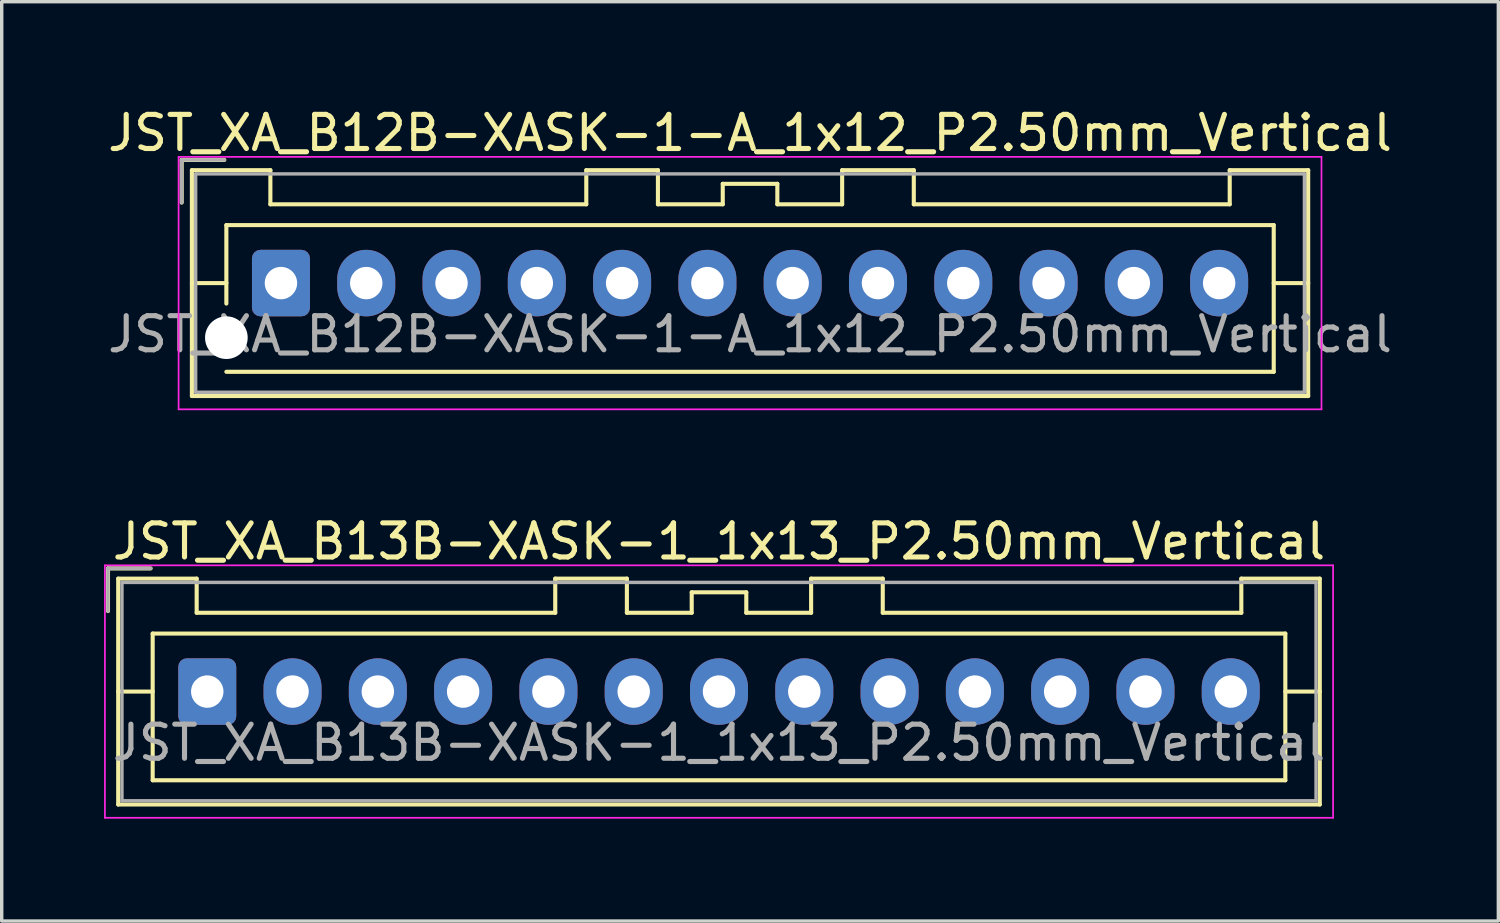
<source format=kicad_pcb>
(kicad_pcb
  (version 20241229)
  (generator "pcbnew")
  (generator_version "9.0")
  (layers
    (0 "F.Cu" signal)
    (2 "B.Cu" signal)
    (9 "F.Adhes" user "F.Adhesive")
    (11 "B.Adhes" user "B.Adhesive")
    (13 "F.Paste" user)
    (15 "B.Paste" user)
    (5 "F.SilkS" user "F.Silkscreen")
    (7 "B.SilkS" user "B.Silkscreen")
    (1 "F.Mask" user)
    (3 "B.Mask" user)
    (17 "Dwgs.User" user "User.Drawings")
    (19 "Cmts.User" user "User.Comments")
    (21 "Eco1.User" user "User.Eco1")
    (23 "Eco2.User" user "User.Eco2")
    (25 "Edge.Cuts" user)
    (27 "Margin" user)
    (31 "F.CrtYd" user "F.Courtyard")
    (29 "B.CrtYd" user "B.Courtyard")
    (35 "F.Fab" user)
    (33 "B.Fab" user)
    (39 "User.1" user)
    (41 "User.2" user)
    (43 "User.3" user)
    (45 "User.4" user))
  (footprint "JST_XA_B12B-XASK-1-A_1x12_P2.50mm_Vertical"
    (layer "F.Cu")
    (at 5.185 5.248)
    (property "Reference" "JST_XA_B12B-XASK-1-A_1x12_P2.50mm_Vertical" (at 13.75 -4.4 0) (layer "F.SilkS") (effects (font (size 1 1) (thickness 0.15))))
    (attr through_hole)
    (fp_line (start -2.91 -3.61) (end -2.91 -2.36) (stroke (width 0.12) (type solid)) (layer "F.SilkS"))
    (fp_line (start -2.61 -3.31) (end -2.61 3.31) (stroke (width 0.12) (type solid)) (layer "F.SilkS"))
    (fp_line (start -2.61 0) (end -1.6 0) (stroke (width 0.12) (type solid)) (layer "F.SilkS"))
    (fp_line (start -2.61 3.31) (end 30.11 3.31) (stroke (width 0.12) (type solid)) (layer "F.SilkS"))
    (fp_line (start -1.66 -3.61) (end -2.91 -3.61) (stroke (width 0.12) (type solid)) (layer "F.SilkS"))
    (fp_line (start -1.6 -1.7) (end 29.1 -1.7) (stroke (width 0.12) (type solid)) (layer "F.SilkS"))
    (fp_line (start -1.6 0.6) (end -1.6 -1.7) (stroke (width 0.12) (type solid)) (layer "F.SilkS"))
    (fp_line (start -0.31 -3.31) (end -2.61 -3.31) (stroke (width 0.12) (type solid)) (layer "F.SilkS"))
    (fp_line (start -0.31 -2.31) (end -0.31 -3.31) (stroke (width 0.12) (type solid)) (layer "F.SilkS"))
    (fp_line (start 8.95 -3.31) (end 8.95 -2.31) (stroke (width 0.12) (type solid)) (layer "F.SilkS"))
    (fp_line (start 8.95 -2.31) (end -0.31 -2.31) (stroke (width 0.12) (type solid)) (layer "F.SilkS"))
    (fp_line (start 11.05 -3.31) (end 8.95 -3.31) (stroke (width 0.12) (type solid)) (layer "F.SilkS"))
    (fp_line (start 11.05 -2.31) (end 11.05 -3.31) (stroke (width 0.12) (type solid)) (layer "F.SilkS"))
    (fp_line (start 12.95 -2.91) (end 12.95 -2.31) (stroke (width 0.12) (type solid)) (layer "F.SilkS"))
    (fp_line (start 12.95 -2.31) (end 11.05 -2.31) (stroke (width 0.12) (type solid)) (layer "F.SilkS"))
    (fp_line (start 14.55 -2.91) (end 12.95 -2.91) (stroke (width 0.12) (type solid)) (layer "F.SilkS"))
    (fp_line (start 14.55 -2.31) (end 14.55 -2.91) (stroke (width 0.12) (type solid)) (layer "F.SilkS"))
    (fp_line (start 16.45 -3.31) (end 16.45 -2.31) (stroke (width 0.12) (type solid)) (layer "F.SilkS"))
    (fp_line (start 16.45 -2.31) (end 14.55 -2.31) (stroke (width 0.12) (type solid)) (layer "F.SilkS"))
    (fp_line (start 18.55 -3.31) (end 16.45 -3.31) (stroke (width 0.12) (type solid)) (layer "F.SilkS"))
    (fp_line (start 18.55 -2.31) (end 18.55 -3.31) (stroke (width 0.12) (type solid)) (layer "F.SilkS"))
    (fp_line (start 27.81 -3.31) (end 27.81 -2.31) (stroke (width 0.12) (type solid)) (layer "F.SilkS"))
    (fp_line (start 27.81 -2.31) (end 18.55 -2.31) (stroke (width 0.12) (type solid)) (layer "F.SilkS"))
    (fp_line (start 29.1 -1.7) (end 29.1 2.6) (stroke (width 0.12) (type solid)) (layer "F.SilkS"))
    (fp_line (start 29.1 2.6) (end -1.6 2.6) (stroke (width 0.12) (type solid)) (layer "F.SilkS"))
    (fp_line (start 30.11 -3.31) (end 27.81 -3.31) (stroke (width 0.12) (type solid)) (layer "F.SilkS"))
    (fp_line (start 30.11 0) (end 29.1 0) (stroke (width 0.12) (type solid)) (layer "F.SilkS"))
    (fp_line (start 30.11 3.31) (end 30.11 -3.31) (stroke (width 0.12) (type solid)) (layer "F.SilkS"))
    (fp_line (start -3 -3.7) (end -3 3.7) (stroke (width 0.05) (type solid)) (layer "F.CrtYd"))
    (fp_line (start -3 3.7) (end 30.5 3.7) (stroke (width 0.05) (type solid)) (layer "F.CrtYd"))
    (fp_line (start 30.5 -3.7) (end -3 -3.7) (stroke (width 0.05) (type solid)) (layer "F.CrtYd"))
    (fp_line (start 30.5 3.7) (end 30.5 -3.7) (stroke (width 0.05) (type solid)) (layer "F.CrtYd"))
    (fp_line (start -2.91 -3.61) (end -2.91 -2.36) (stroke (width 0.1) (type solid)) (layer "F.Fab"))
    (fp_line (start -2.5 -3.2) (end -2.5 3.2) (stroke (width 0.1) (type solid)) (layer "F.Fab"))
    (fp_line (start -2.5 3.2) (end 30 3.2) (stroke (width 0.1) (type solid)) (layer "F.Fab"))
    (fp_line (start -1.66 -3.61) (end -2.91 -3.61) (stroke (width 0.1) (type solid)) (layer "F.Fab"))
    (fp_line (start 30 -3.2) (end -2.5 -3.2) (stroke (width 0.1) (type solid)) (layer "F.Fab"))
    (fp_line (start 30 3.2) (end 30 -3.2) (stroke (width 0.1) (type solid)) (layer "F.Fab"))
    (fp_text user "${REFERENCE}" (at 13.75 1.5 0) (layer "F.Fab") (effects (font (size 1 1) (thickness 0.15))))
    (pad "" np_thru_hole circle (at -1.6 1.6) (size 1.25 1.25) (drill 1.25) (layers "*.Cu" "*.Mask"))
    (pad "1" thru_hole roundrect (at 0 0) (size 1.7 1.95) (drill 0.95) (layers "*.Cu" "*.Mask") (roundrect_rratio 0.147))
    (pad "2" thru_hole oval (at 2.5 0) (size 1.7 1.95) (drill 0.95) (layers "*.Cu" "*.Mask"))
    (pad "3" thru_hole oval (at 5 0) (size 1.7 1.95) (drill 0.95) (layers "*.Cu" "*.Mask"))
    (pad "4" thru_hole oval (at 7.5 0) (size 1.7 1.95) (drill 0.95) (layers "*.Cu" "*.Mask"))
    (pad "5" thru_hole oval (at 10 0) (size 1.7 1.95) (drill 0.95) (layers "*.Cu" "*.Mask"))
    (pad "6" thru_hole oval (at 12.5 0) (size 1.7 1.95) (drill 0.95) (layers "*.Cu" "*.Mask"))
    (pad "7" thru_hole oval (at 15 0) (size 1.7 1.95) (drill 0.95) (layers "*.Cu" "*.Mask"))
    (pad "8" thru_hole oval (at 17.5 0) (size 1.7 1.95) (drill 0.95) (layers "*.Cu" "*.Mask"))
    (pad "9" thru_hole oval (at 20 0) (size 1.7 1.95) (drill 0.95) (layers "*.Cu" "*.Mask"))
    (pad "10" thru_hole oval (at 22.5 0) (size 1.7 1.95) (drill 0.95) (layers "*.Cu" "*.Mask"))
    (pad "11" thru_hole oval (at 25 0) (size 1.7 1.95) (drill 0.95) (layers "*.Cu" "*.Mask"))
    (pad "12" thru_hole oval (at 27.5 0) (size 1.7 1.95) (drill 0.95) (layers "*.Cu" "*.Mask")))
  (footprint "JST_XA_B13B-XASK-1_1x13_P2.50mm_Vertical"
    (layer "F.Cu")
    (at 3.025 17.221)
    (property "Reference" "JST_XA_B13B-XASK-1_1x13_P2.50mm_Vertical" (at 15 -4.4 0) (layer "F.SilkS") (effects (font (size 1 1) (thickness 0.15))))
    (attr through_hole)
    (fp_line (start -2.91 -3.61) (end -2.91 -2.36) (stroke (width 0.12) (type solid)) (layer "F.SilkS"))
    (fp_line (start -2.61 -3.31) (end -2.61 3.31) (stroke (width 0.12) (type solid)) (layer "F.SilkS"))
    (fp_line (start -2.61 0) (end -1.6 0) (stroke (width 0.12) (type solid)) (layer "F.SilkS"))
    (fp_line (start -2.61 3.31) (end 32.61 3.31) (stroke (width 0.12) (type solid)) (layer "F.SilkS"))
    (fp_line (start -1.66 -3.61) (end -2.91 -3.61) (stroke (width 0.12) (type solid)) (layer "F.SilkS"))
    (fp_line (start -1.6 -1.7) (end -1.6 2.6) (stroke (width 0.12) (type solid)) (layer "F.SilkS"))
    (fp_line (start -1.6 2.6) (end 31.6 2.6) (stroke (width 0.12) (type solid)) (layer "F.SilkS"))
    (fp_line (start -0.31 -3.31) (end -2.61 -3.31) (stroke (width 0.12) (type solid)) (layer "F.SilkS"))
    (fp_line (start -0.31 -2.31) (end -0.31 -3.31) (stroke (width 0.12) (type solid)) (layer "F.SilkS"))
    (fp_line (start 10.2 -3.31) (end 10.2 -2.31) (stroke (width 0.12) (type solid)) (layer "F.SilkS"))
    (fp_line (start 10.2 -2.31) (end -0.31 -2.31) (stroke (width 0.12) (type solid)) (layer "F.SilkS"))
    (fp_line (start 12.3 -3.31) (end 10.2 -3.31) (stroke (width 0.12) (type solid)) (layer "F.SilkS"))
    (fp_line (start 12.3 -2.31) (end 12.3 -3.31) (stroke (width 0.12) (type solid)) (layer "F.SilkS"))
    (fp_line (start 14.2 -2.91) (end 14.2 -2.31) (stroke (width 0.12) (type solid)) (layer "F.SilkS"))
    (fp_line (start 14.2 -2.31) (end 12.3 -2.31) (stroke (width 0.12) (type solid)) (layer "F.SilkS"))
    (fp_line (start 15.8 -2.91) (end 14.2 -2.91) (stroke (width 0.12) (type solid)) (layer "F.SilkS"))
    (fp_line (start 15.8 -2.31) (end 15.8 -2.91) (stroke (width 0.12) (type solid)) (layer "F.SilkS"))
    (fp_line (start 17.7 -3.31) (end 17.7 -2.31) (stroke (width 0.12) (type solid)) (layer "F.SilkS"))
    (fp_line (start 17.7 -2.31) (end 15.8 -2.31) (stroke (width 0.12) (type solid)) (layer "F.SilkS"))
    (fp_line (start 19.8 -3.31) (end 17.7 -3.31) (stroke (width 0.12) (type solid)) (layer "F.SilkS"))
    (fp_line (start 19.8 -2.31) (end 19.8 -3.31) (stroke (width 0.12) (type solid)) (layer "F.SilkS"))
    (fp_line (start 30.31 -3.31) (end 30.31 -2.31) (stroke (width 0.12) (type solid)) (layer "F.SilkS"))
    (fp_line (start 30.31 -2.31) (end 19.8 -2.31) (stroke (width 0.12) (type solid)) (layer "F.SilkS"))
    (fp_line (start 31.6 -1.7) (end -1.6 -1.7) (stroke (width 0.12) (type solid)) (layer "F.SilkS"))
    (fp_line (start 31.6 2.6) (end 31.6 -1.7) (stroke (width 0.12) (type solid)) (layer "F.SilkS"))
    (fp_line (start 32.61 -3.31) (end 30.31 -3.31) (stroke (width 0.12) (type solid)) (layer "F.SilkS"))
    (fp_line (start 32.61 0) (end 31.6 0) (stroke (width 0.12) (type solid)) (layer "F.SilkS"))
    (fp_line (start 32.61 3.31) (end 32.61 -3.31) (stroke (width 0.12) (type solid)) (layer "F.SilkS"))
    (fp_line (start -3 -3.7) (end -3 3.7) (stroke (width 0.05) (type solid)) (layer "F.CrtYd"))
    (fp_line (start -3 3.7) (end 33 3.7) (stroke (width 0.05) (type solid)) (layer "F.CrtYd"))
    (fp_line (start 33 -3.7) (end -3 -3.7) (stroke (width 0.05) (type solid)) (layer "F.CrtYd"))
    (fp_line (start 33 3.7) (end 33 -3.7) (stroke (width 0.05) (type solid)) (layer "F.CrtYd"))
    (fp_line (start -2.91 -3.61) (end -2.91 -2.36) (stroke (width 0.1) (type solid)) (layer "F.Fab"))
    (fp_line (start -2.5 -3.2) (end -2.5 3.2) (stroke (width 0.1) (type solid)) (layer "F.Fab"))
    (fp_line (start -2.5 3.2) (end 32.5 3.2) (stroke (width 0.1) (type solid)) (layer "F.Fab"))
    (fp_line (start -1.66 -3.61) (end -2.91 -3.61) (stroke (width 0.1) (type solid)) (layer "F.Fab"))
    (fp_line (start 32.5 -3.2) (end -2.5 -3.2) (stroke (width 0.1) (type solid)) (layer "F.Fab"))
    (fp_line (start 32.5 3.2) (end 32.5 -3.2) (stroke (width 0.1) (type solid)) (layer "F.Fab"))
    (fp_text user "${REFERENCE}" (at 15 1.5 0) (layer "F.Fab") (effects (font (size 1 1) (thickness 0.15))))
    (pad "1" thru_hole roundrect (at 0 0) (size 1.7 1.95) (drill 0.95) (layers "*.Cu" "*.Mask") (roundrect_rratio 0.147))
    (pad "2" thru_hole oval (at 2.5 0) (size 1.7 1.95) (drill 0.95) (layers "*.Cu" "*.Mask"))
    (pad "3" thru_hole oval (at 5 0) (size 1.7 1.95) (drill 0.95) (layers "*.Cu" "*.Mask"))
    (pad "4" thru_hole oval (at 7.5 0) (size 1.7 1.95) (drill 0.95) (layers "*.Cu" "*.Mask"))
    (pad "5" thru_hole oval (at 10 0) (size 1.7 1.95) (drill 0.95) (layers "*.Cu" "*.Mask"))
    (pad "6" thru_hole oval (at 12.5 0) (size 1.7 1.95) (drill 0.95) (layers "*.Cu" "*.Mask"))
    (pad "7" thru_hole oval (at 15 0) (size 1.7 1.95) (drill 0.95) (layers "*.Cu" "*.Mask"))
    (pad "8" thru_hole oval (at 17.5 0) (size 1.7 1.95) (drill 0.95) (layers "*.Cu" "*.Mask"))
    (pad "9" thru_hole oval (at 20 0) (size 1.7 1.95) (drill 0.95) (layers "*.Cu" "*.Mask"))
    (pad "10" thru_hole oval (at 22.5 0) (size 1.7 1.95) (drill 0.95) (layers "*.Cu" "*.Mask"))
    (pad "11" thru_hole oval (at 25 0) (size 1.7 1.95) (drill 0.95) (layers "*.Cu" "*.Mask"))
    (pad "12" thru_hole oval (at 27.5 0) (size 1.7 1.95) (drill 0.95) (layers "*.Cu" "*.Mask"))
    (pad "13" thru_hole oval (at 30 0) (size 1.7 1.95) (drill 0.95) (layers "*.Cu" "*.Mask")))
  (gr_rect
    (start -3 -3)
    (end 40.869 23.947)
    (stroke (width 0.1) (type default))
    (fill no)
    (layer "Edge.Cuts")))
</source>
